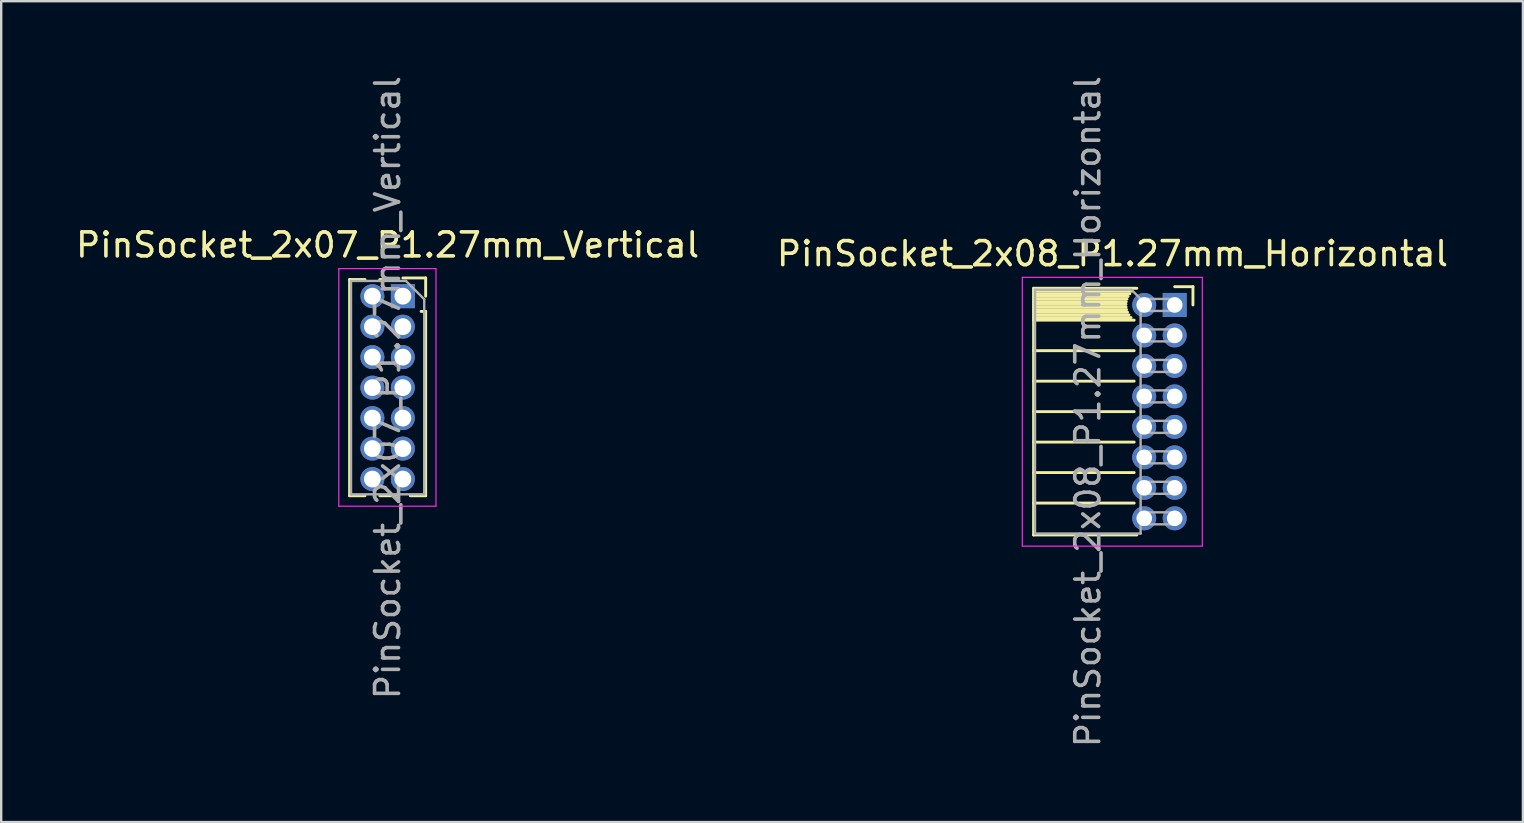
<source format=kicad_pcb>
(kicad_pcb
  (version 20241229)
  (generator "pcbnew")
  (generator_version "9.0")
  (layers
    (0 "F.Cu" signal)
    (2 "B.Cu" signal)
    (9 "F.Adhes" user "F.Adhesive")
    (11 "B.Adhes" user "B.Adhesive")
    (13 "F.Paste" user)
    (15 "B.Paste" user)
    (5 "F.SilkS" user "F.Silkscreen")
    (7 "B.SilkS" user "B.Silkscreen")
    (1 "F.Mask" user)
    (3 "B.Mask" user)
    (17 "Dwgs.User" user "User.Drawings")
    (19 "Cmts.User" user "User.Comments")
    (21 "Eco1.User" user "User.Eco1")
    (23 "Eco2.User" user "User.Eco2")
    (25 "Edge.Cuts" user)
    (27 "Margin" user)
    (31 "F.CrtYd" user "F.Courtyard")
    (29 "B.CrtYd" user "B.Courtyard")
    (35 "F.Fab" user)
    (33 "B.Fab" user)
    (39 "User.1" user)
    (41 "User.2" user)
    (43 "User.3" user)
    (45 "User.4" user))
  (footprint "PinSocket_2x07_P1.27mm_Vertical"
    (layer "F.Cu")
    (at 13.736 9.291)
    (property "Reference" "PinSocket_2x07_P1.27mm_Vertical" (at -0.635 -2.135 0) (layer "F.SilkS") (effects (font (size 1 1) (thickness 0.15))))
    (attr through_hole)
    (fp_line (start -2.22 -0.695) (end -2.22 8.315) (stroke (width 0.12) (type solid)) (layer "F.SilkS"))
    (fp_line (start -2.22 -0.695) (end -1.578 -0.695) (stroke (width 0.12) (type solid)) (layer "F.SilkS"))
    (fp_line (start -2.22 8.315) (end -1.578 8.315) (stroke (width 0.12) (type solid)) (layer "F.SilkS"))
    (fp_line (start -0.962 -0.695) (end -0.76 -0.695) (stroke (width 0.12) (type solid)) (layer "F.SilkS"))
    (fp_line (start -0.962 8.315) (end -0.308 8.315) (stroke (width 0.12) (type solid)) (layer "F.SilkS"))
    (fp_line (start 0 -0.76) (end 0.95 -0.76) (stroke (width 0.12) (type solid)) (layer "F.SilkS"))
    (fp_line (start 0.308 8.315) (end 0.95 8.315) (stroke (width 0.12) (type solid)) (layer "F.SilkS"))
    (fp_line (start 0.76 0.635) (end 0.95 0.635) (stroke (width 0.12) (type solid)) (layer "F.SilkS"))
    (fp_line (start 0.95 -0.76) (end 0.95 0) (stroke (width 0.12) (type solid)) (layer "F.SilkS"))
    (fp_line (start 0.95 0.635) (end 0.95 8.315) (stroke (width 0.12) (type solid)) (layer "F.SilkS"))
    (fp_line (start -2.67 -1.15) (end 1.38 -1.15) (stroke (width 0.05) (type solid)) (layer "F.CrtYd"))
    (fp_line (start -2.67 8.75) (end -2.67 -1.15) (stroke (width 0.05) (type solid)) (layer "F.CrtYd"))
    (fp_line (start 1.38 -1.15) (end 1.38 8.75) (stroke (width 0.05) (type solid)) (layer "F.CrtYd"))
    (fp_line (start 1.38 8.75) (end -2.67 8.75) (stroke (width 0.05) (type solid)) (layer "F.CrtYd"))
    (fp_line (start -2.16 -0.635) (end 0.128 -0.635) (stroke (width 0.1) (type solid)) (layer "F.Fab"))
    (fp_line (start -2.16 8.255) (end -2.16 -0.635) (stroke (width 0.1) (type solid)) (layer "F.Fab"))
    (fp_line (start 0.128 -0.635) (end 0.89 0.128) (stroke (width 0.1) (type solid)) (layer "F.Fab"))
    (fp_line (start 0.89 0.128) (end 0.89 8.255) (stroke (width 0.1) (type solid)) (layer "F.Fab"))
    (fp_line (start 0.89 8.255) (end -2.16 8.255) (stroke (width 0.1) (type solid)) (layer "F.Fab"))
    (fp_text user "${REFERENCE}" (at -0.635 3.81 90) (layer "F.Fab") (effects (font (size 1 1) (thickness 0.15))))
    (pad "1" thru_hole rect (at 0 0) (size 1 1) (drill 0.7) (layers "*.Cu" "*.Mask"))
    (pad "2" thru_hole oval (at -1.27 0) (size 1 1) (drill 0.7) (layers "*.Cu" "*.Mask"))
    (pad "3" thru_hole oval (at 0 1.27) (size 1 1) (drill 0.7) (layers "*.Cu" "*.Mask"))
    (pad "4" thru_hole oval (at -1.27 1.27) (size 1 1) (drill 0.7) (layers "*.Cu" "*.Mask"))
    (pad "5" thru_hole oval (at 0 2.54) (size 1 1) (drill 0.7) (layers "*.Cu" "*.Mask"))
    (pad "6" thru_hole oval (at -1.27 2.54) (size 1 1) (drill 0.7) (layers "*.Cu" "*.Mask"))
    (pad "7" thru_hole oval (at 0 3.81) (size 1 1) (drill 0.7) (layers "*.Cu" "*.Mask"))
    (pad "8" thru_hole oval (at -1.27 3.81) (size 1 1) (drill 0.7) (layers "*.Cu" "*.Mask"))
    (pad "9" thru_hole oval (at 0 5.08) (size 1 1) (drill 0.7) (layers "*.Cu" "*.Mask"))
    (pad "10" thru_hole oval (at -1.27 5.08) (size 1 1) (drill 0.7) (layers "*.Cu" "*.Mask"))
    (pad "11" thru_hole oval (at 0 6.35) (size 1 1) (drill 0.7) (layers "*.Cu" "*.Mask"))
    (pad "12" thru_hole oval (at -1.27 6.35) (size 1 1) (drill 0.7) (layers "*.Cu" "*.Mask"))
    (pad "13" thru_hole oval (at 0 7.62) (size 1 1) (drill 0.7) (layers "*.Cu" "*.Mask"))
    (pad "14" thru_hole oval (at -1.27 7.62) (size 1 1) (drill 0.7) (layers "*.Cu" "*.Mask")))
  (footprint "PinSocket_2x08_P1.27mm_Horizontal"
    (layer "F.Cu")
    (at 45.896 9.656)
    (property "Reference" "PinSocket_2x08_P1.27mm_Horizontal" (at -2.592 -2.135 0) (layer "F.SilkS") (effects (font (size 1 1) (thickness 0.15))))
    (attr through_hole)
    (fp_line (start -5.88 -0.695) (end -5.88 9.585) (stroke (width 0.12) (type solid)) (layer "F.SilkS"))
    (fp_line (start -5.88 -0.695) (end -1.578 -0.695) (stroke (width 0.12) (type solid)) (layer "F.SilkS"))
    (fp_line (start -5.88 -0.575) (end -1.767 -0.575) (stroke (width 0.12) (type solid)) (layer "F.SilkS"))
    (fp_line (start -5.88 -0.465) (end -1.871 -0.465) (stroke (width 0.12) (type solid)) (layer "F.SilkS"))
    (fp_line (start -5.88 -0.355) (end -1.942 -0.355) (stroke (width 0.12) (type solid)) (layer "F.SilkS"))
    (fp_line (start -5.88 -0.245) (end -1.989 -0.245) (stroke (width 0.12) (type solid)) (layer "F.SilkS"))
    (fp_line (start -5.88 -0.135) (end -2.018 -0.135) (stroke (width 0.12) (type solid)) (layer "F.SilkS"))
    (fp_line (start -5.88 -0.025) (end -2.03 -0.025) (stroke (width 0.12) (type solid)) (layer "F.SilkS"))
    (fp_line (start -5.88 0.085) (end -2.025 0.085) (stroke (width 0.12) (type solid)) (layer "F.SilkS"))
    (fp_line (start -5.88 0.195) (end -2.005 0.195) (stroke (width 0.12) (type solid)) (layer "F.SilkS"))
    (fp_line (start -5.88 0.305) (end -1.966 0.305) (stroke (width 0.12) (type solid)) (layer "F.SilkS"))
    (fp_line (start -5.88 0.415) (end -1.907 0.415) (stroke (width 0.12) (type solid)) (layer "F.SilkS"))
    (fp_line (start -5.88 0.525) (end -1.82 0.525) (stroke (width 0.12) (type solid)) (layer "F.SilkS"))
    (fp_line (start -5.88 0.635) (end -1.688 0.635) (stroke (width 0.12) (type solid)) (layer "F.SilkS"))
    (fp_line (start -5.88 1.905) (end -1.688 1.905) (stroke (width 0.12) (type solid)) (layer "F.SilkS"))
    (fp_line (start -5.88 3.175) (end -1.688 3.175) (stroke (width 0.12) (type solid)) (layer "F.SilkS"))
    (fp_line (start -5.88 4.445) (end -1.688 4.445) (stroke (width 0.12) (type solid)) (layer "F.SilkS"))
    (fp_line (start -5.88 5.715) (end -1.688 5.715) (stroke (width 0.12) (type solid)) (layer "F.SilkS"))
    (fp_line (start -5.88 6.985) (end -1.688 6.985) (stroke (width 0.12) (type solid)) (layer "F.SilkS"))
    (fp_line (start -5.88 8.255) (end -1.688 8.255) (stroke (width 0.12) (type solid)) (layer "F.SilkS"))
    (fp_line (start -5.88 9.585) (end -1.578 9.585) (stroke (width 0.12) (type solid)) (layer "F.SilkS"))
    (fp_line (start 0 -0.76) (end 0.76 -0.76) (stroke (width 0.12) (type solid)) (layer "F.SilkS"))
    (fp_line (start 0.76 -0.76) (end 0.76 0) (stroke (width 0.12) (type solid)) (layer "F.SilkS"))
    (fp_line (start -6.35 -1.15) (end -6.35 10.05) (stroke (width 0.05) (type solid)) (layer "F.CrtYd"))
    (fp_line (start -6.35 10.05) (end 1.15 10.05) (stroke (width 0.05) (type solid)) (layer "F.CrtYd"))
    (fp_line (start 1.15 -1.15) (end -6.35 -1.15) (stroke (width 0.05) (type solid)) (layer "F.CrtYd"))
    (fp_line (start 1.15 10.05) (end 1.15 -1.15) (stroke (width 0.05) (type solid)) (layer "F.CrtYd"))
    (fp_line (start -5.82 -0.635) (end -1.805 -0.635) (stroke (width 0.1) (type solid)) (layer "F.Fab"))
    (fp_line (start -5.82 9.525) (end -5.82 -0.635) (stroke (width 0.1) (type solid)) (layer "F.Fab"))
    (fp_line (start -1.805 -0.635) (end -1.42 -0.25) (stroke (width 0.1) (type solid)) (layer "F.Fab"))
    (fp_line (start -1.42 -0.25) (end -1.42 9.525) (stroke (width 0.1) (type solid)) (layer "F.Fab"))
    (fp_line (start -1.42 0.25) (end 0 0.25) (stroke (width 0.1) (type solid)) (layer "F.Fab"))
    (fp_line (start -1.42 1.52) (end 0 1.52) (stroke (width 0.1) (type solid)) (layer "F.Fab"))
    (fp_line (start -1.42 2.79) (end 0 2.79) (stroke (width 0.1) (type solid)) (layer "F.Fab"))
    (fp_line (start -1.42 4.06) (end 0 4.06) (stroke (width 0.1) (type solid)) (layer "F.Fab"))
    (fp_line (start -1.42 5.33) (end 0 5.33) (stroke (width 0.1) (type solid)) (layer "F.Fab"))
    (fp_line (start -1.42 6.6) (end 0 6.6) (stroke (width 0.1) (type solid)) (layer "F.Fab"))
    (fp_line (start -1.42 7.87) (end 0 7.87) (stroke (width 0.1) (type solid)) (layer "F.Fab"))
    (fp_line (start -1.42 9.14) (end 0 9.14) (stroke (width 0.1) (type solid)) (layer "F.Fab"))
    (fp_line (start -1.42 9.525) (end -5.82 9.525) (stroke (width 0.1) (type solid)) (layer "F.Fab"))
    (fp_line (start 0 -0.25) (end -1.42 -0.25) (stroke (width 0.1) (type solid)) (layer "F.Fab"))
    (fp_line (start 0 0.25) (end 0 -0.25) (stroke (width 0.1) (type solid)) (layer "F.Fab"))
    (fp_line (start 0 1.02) (end -1.42 1.02) (stroke (width 0.1) (type solid)) (layer "F.Fab"))
    (fp_line (start 0 1.52) (end 0 1.02) (stroke (width 0.1) (type solid)) (layer "F.Fab"))
    (fp_line (start 0 2.29) (end -1.42 2.29) (stroke (width 0.1) (type solid)) (layer "F.Fab"))
    (fp_line (start 0 2.79) (end 0 2.29) (stroke (width 0.1) (type solid)) (layer "F.Fab"))
    (fp_line (start 0 3.56) (end -1.42 3.56) (stroke (width 0.1) (type solid)) (layer "F.Fab"))
    (fp_line (start 0 4.06) (end 0 3.56) (stroke (width 0.1) (type solid)) (layer "F.Fab"))
    (fp_line (start 0 4.83) (end -1.42 4.83) (stroke (width 0.1) (type solid)) (layer "F.Fab"))
    (fp_line (start 0 5.33) (end 0 4.83) (stroke (width 0.1) (type solid)) (layer "F.Fab"))
    (fp_line (start 0 6.1) (end -1.42 6.1) (stroke (width 0.1) (type solid)) (layer "F.Fab"))
    (fp_line (start 0 6.6) (end 0 6.1) (stroke (width 0.1) (type solid)) (layer "F.Fab"))
    (fp_line (start 0 7.37) (end -1.42 7.37) (stroke (width 0.1) (type solid)) (layer "F.Fab"))
    (fp_line (start 0 7.87) (end 0 7.37) (stroke (width 0.1) (type solid)) (layer "F.Fab"))
    (fp_line (start 0 8.64) (end -1.42 8.64) (stroke (width 0.1) (type solid)) (layer "F.Fab"))
    (fp_line (start 0 9.14) (end 0 8.64) (stroke (width 0.1) (type solid)) (layer "F.Fab"))
    (fp_text user "${REFERENCE}" (at -3.62 4.445 90) (layer "F.Fab") (effects (font (size 1 1) (thickness 0.15))))
    (pad "1" thru_hole rect (at 0 0) (size 1 1) (drill 0.65) (layers "*.Cu" "*.Mask"))
    (pad "2" thru_hole oval (at -1.27 0) (size 1 1) (drill 0.65) (layers "*.Cu" "*.Mask"))
    (pad "3" thru_hole oval (at 0 1.27) (size 1 1) (drill 0.65) (layers "*.Cu" "*.Mask"))
    (pad "4" thru_hole oval (at -1.27 1.27) (size 1 1) (drill 0.65) (layers "*.Cu" "*.Mask"))
    (pad "5" thru_hole oval (at 0 2.54) (size 1 1) (drill 0.65) (layers "*.Cu" "*.Mask"))
    (pad "6" thru_hole oval (at -1.27 2.54) (size 1 1) (drill 0.65) (layers "*.Cu" "*.Mask"))
    (pad "7" thru_hole oval (at 0 3.81) (size 1 1) (drill 0.65) (layers "*.Cu" "*.Mask"))
    (pad "8" thru_hole oval (at -1.27 3.81) (size 1 1) (drill 0.65) (layers "*.Cu" "*.Mask"))
    (pad "9" thru_hole oval (at 0 5.08) (size 1 1) (drill 0.65) (layers "*.Cu" "*.Mask"))
    (pad "10" thru_hole oval (at -1.27 5.08) (size 1 1) (drill 0.65) (layers "*.Cu" "*.Mask"))
    (pad "11" thru_hole oval (at 0 6.35) (size 1 1) (drill 0.65) (layers "*.Cu" "*.Mask"))
    (pad "12" thru_hole oval (at -1.27 6.35) (size 1 1) (drill 0.65) (layers "*.Cu" "*.Mask"))
    (pad "13" thru_hole oval (at 0 7.62) (size 1 1) (drill 0.65) (layers "*.Cu" "*.Mask"))
    (pad "14" thru_hole oval (at -1.27 7.62) (size 1 1) (drill 0.65) (layers "*.Cu" "*.Mask"))
    (pad "15" thru_hole oval (at 0 8.89) (size 1 1) (drill 0.65) (layers "*.Cu" "*.Mask"))
    (pad "16" thru_hole oval (at -1.27 8.89) (size 1 1) (drill 0.65) (layers "*.Cu" "*.Mask")))
  (gr_rect
    (start -3 -3)
    (end 60.405 31.202)
    (stroke (width 0.1) (type default))
    (fill no)
    (layer "Edge.Cuts")))
</source>
